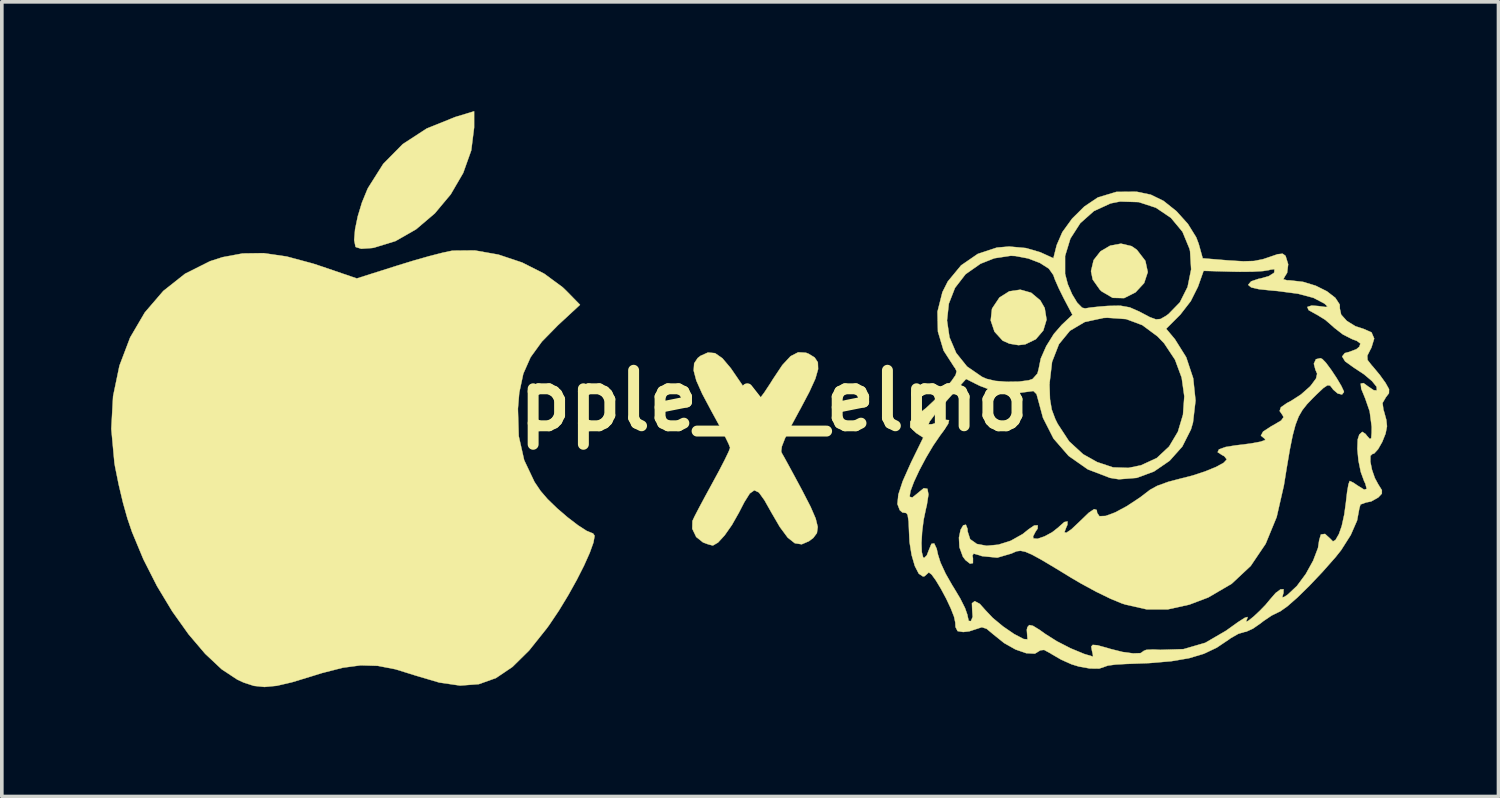
<source format=kicad_pcb>
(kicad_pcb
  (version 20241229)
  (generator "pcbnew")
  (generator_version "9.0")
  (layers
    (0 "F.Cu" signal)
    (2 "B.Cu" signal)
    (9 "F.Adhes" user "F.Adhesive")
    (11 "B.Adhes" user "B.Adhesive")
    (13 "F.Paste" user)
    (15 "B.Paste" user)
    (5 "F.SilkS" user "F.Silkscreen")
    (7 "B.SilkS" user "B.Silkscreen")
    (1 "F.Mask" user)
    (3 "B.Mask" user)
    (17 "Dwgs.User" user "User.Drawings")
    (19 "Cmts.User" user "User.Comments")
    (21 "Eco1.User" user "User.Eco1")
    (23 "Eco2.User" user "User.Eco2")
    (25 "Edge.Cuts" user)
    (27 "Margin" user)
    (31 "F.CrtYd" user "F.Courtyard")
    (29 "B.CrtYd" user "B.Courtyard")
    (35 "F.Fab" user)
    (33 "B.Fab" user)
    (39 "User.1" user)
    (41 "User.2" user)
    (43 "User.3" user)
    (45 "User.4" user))
  (footprint "apple_x_elmo"
    (layer "F.Cu")
    (at 17.499 7.948)
    (property "Reference" "apple_x_elmo" (at 0 0 0) (layer "F.SilkS") (effects (font (size 1.524 1.524) (thickness 0.3))))
    (attr through_hole)
    (fp_poly (pts (xy 10.511 -4.242) (xy 10.657 -4.141) (xy 10.89 -3.838) (xy 10.956 -3.529) (xy 10.857 -3.229) (xy 10.621 -2.974) (xy 10.306 -2.815) (xy 9.992 -2.823) (xy 9.691 -2.999) (xy 9.645 -3.041) (xy 9.445 -3.324) (xy 9.398 -3.556) (xy 9.47 -3.859) (xy 9.659 -4.099) (xy 9.924 -4.255) (xy 10.221 -4.31) (xy 10.511 -4.242)) (stroke (width 0.01) (type solid)) (fill yes) (layer "F.SilkS"))
    (fp_poly (pts (xy 7.755 -2.963) (xy 8.005 -2.754) (xy 8.127 -2.543) (xy 8.178 -2.224) (xy 8.088 -1.926) (xy 7.884 -1.687) (xy 7.593 -1.546) (xy 7.408 -1.524) (xy 7.158 -1.565) (xy 6.973 -1.648) (xy 6.749 -1.893) (xy 6.645 -2.202) (xy 6.679 -2.515) (xy 6.687 -2.536) (xy 6.885 -2.832) (xy 7.155 -3.002) (xy 7.458 -3.046) (xy 7.755 -2.963)) (stroke (width 0.01) (type solid)) (fill yes) (layer "F.SilkS"))
    (fp_poly (pts (xy -7.535 -7.498) (xy -7.614 -6.87) (xy -7.835 -6.25) (xy -8.176 -5.665) (xy -8.614 -5.141) (xy -9.128 -4.704) (xy -9.693 -4.381) (xy -10.289 -4.198) (xy -10.34 -4.19) (xy -10.633 -4.17) (xy -10.782 -4.216) (xy -10.791 -4.227) (xy -10.827 -4.408) (xy -10.803 -4.7) (xy -10.729 -5.058) (xy -10.614 -5.438) (xy -10.467 -5.796) (xy -10.448 -5.837) (xy -10.029 -6.5) (xy -9.493 -7.043) (xy -8.837 -7.47) (xy -8.056 -7.785) (xy -8.033 -7.792) (xy -7.535 -7.943) (xy -7.535 -7.498)) (stroke (width 0.01) (type solid)) (fill yes) (layer "F.SilkS"))
    (fp_poly (pts (xy 1.572 -1.316) (xy 1.649 -1.286) (xy 1.812 -1.186) (xy 1.9 -1.053) (xy 1.907 -0.866) (xy 1.832 -0.604) (xy 1.669 -0.246) (xy 1.417 0.231) (xy 1.395 0.269) (xy 1.155 0.715) (xy 0.997 1.037) (xy 0.912 1.256) (xy 0.894 1.389) (xy 0.908 1.434) (xy 0.979 1.558) (xy 1.11 1.797) (xy 1.283 2.116) (xy 1.475 2.474) (xy 1.701 2.913) (xy 1.84 3.234) (xy 1.897 3.466) (xy 1.874 3.634) (xy 1.776 3.766) (xy 1.656 3.857) (xy 1.457 3.942) (xy 1.268 3.913) (xy 1.073 3.759) (xy 0.856 3.466) (xy 0.638 3.092) (xy 0.434 2.731) (xy 0.282 2.52) (xy 0.156 2.459) (xy 0.031 2.548) (xy -0.118 2.785) (xy -0.267 3.074) (xy -0.459 3.412) (xy -0.658 3.696) (xy -0.84 3.894) (xy -0.978 3.974) (xy -0.991 3.974) (xy -1.115 3.941) (xy -1.251 3.891) (xy -1.439 3.741) (xy -1.547 3.515) (xy -1.542 3.302) (xy -1.486 3.181) (xy -1.364 2.946) (xy -1.196 2.632) (xy -1.003 2.278) (xy -0.811 1.924) (xy -0.654 1.62) (xy -0.548 1.399) (xy -0.508 1.294) (xy -0.508 1.294) (xy -0.547 1.19) (xy -0.654 0.97) (xy -0.813 0.667) (xy -1.007 0.312) (xy -1.016 0.296) (xy -1.273 -0.187) (xy -1.436 -0.553) (xy -1.508 -0.825) (xy -1.495 -1.024) (xy -1.399 -1.169) (xy -1.321 -1.23) (xy -1.116 -1.322) (xy -0.922 -1.304) (xy -0.72 -1.164) (xy -0.488 -0.889) (xy -0.296 -0.609) (xy -0.102 -0.324) (xy 0.065 -0.105) (xy 0.181 0.017) (xy 0.212 0.032) (xy 0.292 -0.04) (xy 0.431 -0.225) (xy 0.603 -0.486) (xy 0.666 -0.588) (xy 0.926 -0.978) (xy 1.151 -1.22) (xy 1.36 -1.328) (xy 1.572 -1.316)) (stroke (width 0.01) (type solid)) (fill yes) (layer "F.SilkS"))
    (fp_poly (pts (xy -6.867 -4.009) (xy -6.215 -3.791) (xy -5.612 -3.486) (xy -5.104 -3.112) (xy -5.002 -3.014) (xy -4.628 -2.632) (xy -5.231 -2.074) (xy -5.674 -1.622) (xy -5.985 -1.193) (xy -6.185 -0.741) (xy -6.296 -0.22) (xy -6.333 0.224) (xy -6.31 0.974) (xy -6.161 1.633) (xy -5.877 2.232) (xy -5.711 2.478) (xy -5.518 2.702) (xy -5.259 2.953) (xy -4.97 3.201) (xy -4.687 3.418) (xy -4.446 3.574) (xy -4.283 3.64) (xy -4.273 3.641) (xy -4.227 3.708) (xy -4.26 3.894) (xy -4.361 4.175) (xy -4.518 4.526) (xy -4.72 4.924) (xy -4.954 5.344) (xy -5.208 5.762) (xy -5.472 6.155) (xy -5.541 6.25) (xy -6.025 6.856) (xy -6.482 7.307) (xy -6.935 7.613) (xy -7.406 7.781) (xy -7.919 7.82) (xy -8.494 7.736) (xy -9.139 7.545) (xy -9.695 7.372) (xy -10.181 7.278) (xy -10.646 7.264) (xy -11.14 7.33) (xy -11.712 7.476) (xy -12 7.566) (xy -12.536 7.729) (xy -12.953 7.826) (xy -13.289 7.858) (xy -13.58 7.828) (xy -13.862 7.736) (xy -14.035 7.656) (xy -14.464 7.373) (xy -14.916 6.949) (xy -15.374 6.411) (xy -15.821 5.783) (xy -16.239 5.09) (xy -16.612 4.356) (xy -16.924 3.607) (xy -17.052 3.231) (xy -17.172 2.804) (xy -17.291 2.303) (xy -17.389 1.818) (xy -17.408 1.707) (xy -17.494 0.774) (xy -17.445 -0.121) (xy -17.27 -0.961) (xy -16.977 -1.733) (xy -16.574 -2.421) (xy -16.068 -3.01) (xy -15.469 -3.484) (xy -14.783 -3.828) (xy -14.442 -3.938) (xy -13.888 -4.041) (xy -13.311 -4.049) (xy -12.679 -3.957) (xy -11.958 -3.763) (xy -11.707 -3.68) (xy -10.756 -3.355) (xy -9.632 -3.711) (xy -9.185 -3.848) (xy -8.759 -3.969) (xy -8.399 -4.061) (xy -8.149 -4.114) (xy -8.119 -4.118) (xy -7.518 -4.124) (xy -6.867 -4.009)) (stroke (width 0.01) (type solid)) (fill yes) (layer "F.SilkS"))
    (fp_poly (pts (xy 15.749 -1.142) (xy 15.847 -1.04) (xy 15.989 -0.849) (xy 16.141 -0.62) (xy 16.268 -0.406) (xy 16.337 -0.259) (xy 16.341 -0.237) (xy 16.288 -0.169) (xy 16.171 -0.197) (xy 16.046 -0.303) (xy 16.023 -0.336) (xy 15.962 -0.414) (xy 15.89 -0.423) (xy 15.777 -0.348) (xy 15.59 -0.172) (xy 15.491 -0.074) (xy 15.328 0.096) (xy 15.2 0.258) (xy 15.097 0.437) (xy 15.011 0.661) (xy 14.933 0.954) (xy 14.855 1.343) (xy 14.768 1.855) (xy 14.692 2.328) (xy 14.494 3.194) (xy 14.192 3.928) (xy 13.781 4.537) (xy 13.258 5.026) (xy 12.617 5.401) (xy 12.097 5.598) (xy 11.499 5.73) (xy 10.935 5.73) (xy 10.341 5.596) (xy 10.245 5.565) (xy 9.939 5.439) (xy 9.55 5.25) (xy 9.133 5.024) (xy 8.848 4.857) (xy 8.378 4.57) (xy 8.028 4.362) (xy 7.775 4.224) (xy 7.595 4.147) (xy 7.464 4.12) (xy 7.357 4.133) (xy 7.253 4.177) (xy 7.225 4.192) (xy 6.825 4.309) (xy 6.406 4.267) (xy 6.323 4.239) (xy 6.176 4.198) (xy 6.143 4.252) (xy 6.158 4.324) (xy 6.157 4.459) (xy 6.077 4.474) (xy 5.952 4.376) (xy 5.881 4.282) (xy 5.787 4.024) (xy 5.773 3.76) (xy 5.818 3.546) (xy 5.89 3.421) (xy 5.963 3.405) (xy 6.008 3.517) (xy 6.011 3.588) (xy 6.08 3.802) (xy 6.264 3.933) (xy 6.533 3.983) (xy 6.854 3.953) (xy 7.196 3.845) (xy 7.527 3.658) (xy 7.683 3.532) (xy 7.841 3.425) (xy 7.936 3.423) (xy 7.932 3.513) (xy 7.874 3.598) (xy 7.807 3.727) (xy 7.817 3.781) (xy 7.931 3.791) (xy 8.122 3.725) (xy 8.333 3.611) (xy 8.505 3.476) (xy 8.516 3.464) (xy 8.665 3.332) (xy 8.753 3.314) (xy 8.75 3.408) (xy 8.721 3.471) (xy 8.669 3.609) (xy 8.719 3.627) (xy 8.861 3.53) (xy 9.083 3.321) (xy 9.102 3.302) (xy 9.337 3.076) (xy 9.483 2.978) (xy 9.555 3) (xy 9.567 3.081) (xy 9.629 3.171) (xy 9.8 3.164) (xy 10.057 3.069) (xy 10.379 2.897) (xy 10.743 2.657) (xy 11.016 2.448) (xy 11.213 2.339) (xy 11.511 2.23) (xy 11.821 2.148) (xy 12.18 2.057) (xy 12.528 1.943) (xy 12.826 1.821) (xy 13.037 1.707) (xy 13.123 1.615) (xy 13.123 1.61) (xy 13.056 1.524) (xy 12.996 1.493) (xy 12.874 1.414) (xy 12.91 1.337) (xy 13.094 1.271) (xy 13.356 1.229) (xy 13.774 1.177) (xy 14.053 1.126) (xy 14.183 1.079) (xy 14.161 1.041) (xy 14.061 0.96) (xy 14.122 0.848) (xy 14.347 0.702) (xy 14.403 0.672) (xy 14.616 0.546) (xy 14.683 0.453) (xy 14.657 0.4) (xy 14.576 0.283) (xy 14.61 0.182) (xy 14.777 0.065) (xy 14.891 0.005) (xy 15.162 -0.17) (xy 15.406 -0.386) (xy 15.439 -0.424) (xy 15.576 -0.61) (xy 15.605 -0.74) (xy 15.558 -0.849) (xy 15.515 -1.014) (xy 15.572 -1.138) (xy 15.695 -1.166) (xy 15.749 -1.142)) (stroke (width 0.01) (type solid)) (fill yes) (layer "F.SilkS"))
    (fp_poly (pts (xy 11.039 -5.654) (xy 11.388 -5.484) (xy 11.744 -5.2) (xy 12.058 -4.851) (xy 12.286 -4.483) (xy 12.354 -4.304) (xy 12.464 -3.908) (xy 13.178 -3.849) (xy 13.58 -3.825) (xy 13.873 -3.834) (xy 14.118 -3.883) (xy 14.279 -3.937) (xy 14.521 -4.02) (xy 14.657 -4.034) (xy 14.733 -3.98) (xy 14.74 -3.969) (xy 14.81 -3.743) (xy 14.781 -3.51) (xy 14.715 -3.404) (xy 14.678 -3.332) (xy 14.779 -3.304) (xy 14.863 -3.302) (xy 15.218 -3.261) (xy 15.566 -3.155) (xy 15.873 -3.002) (xy 16.104 -2.823) (xy 16.225 -2.638) (xy 16.228 -2.527) (xy 16.264 -2.362) (xy 16.421 -2.188) (xy 16.657 -2.043) (xy 16.875 -1.972) (xy 17.098 -1.875) (xy 17.171 -1.704) (xy 17.094 -1.454) (xy 17.071 -1.412) (xy 16.982 -1.235) (xy 16.989 -1.116) (xy 17.102 -0.971) (xy 17.131 -0.94) (xy 17.323 -0.709) (xy 17.484 -0.485) (xy 17.579 -0.314) (xy 17.576 -0.204) (xy 17.492 -0.094) (xy 17.4 0.064) (xy 17.426 0.255) (xy 17.439 0.29) (xy 17.504 0.528) (xy 17.522 0.704) (xy 17.483 0.905) (xy 17.392 1.132) (xy 17.278 1.332) (xy 17.169 1.451) (xy 17.124 1.462) (xy 17.068 1.515) (xy 17.066 1.676) (xy 17.11 1.895) (xy 17.189 2.124) (xy 17.282 2.296) (xy 17.382 2.456) (xy 17.381 2.552) (xy 17.284 2.656) (xy 17.088 2.766) (xy 16.948 2.794) (xy 16.795 2.849) (xy 16.764 2.953) (xy 16.701 3.29) (xy 16.527 3.688) (xy 16.264 4.102) (xy 16.109 4.297) (xy 15.745 4.708) (xy 15.388 5.085) (xy 15.061 5.405) (xy 14.787 5.645) (xy 14.589 5.785) (xy 14.542 5.806) (xy 14.357 5.897) (xy 14.128 6.052) (xy 14.057 6.108) (xy 13.843 6.257) (xy 13.656 6.342) (xy 13.606 6.35) (xy 13.442 6.399) (xy 13.229 6.521) (xy 13.177 6.559) (xy 12.848 6.78) (xy 12.495 6.947) (xy 12.088 7.069) (xy 11.599 7.152) (xy 10.997 7.203) (xy 10.358 7.227) (xy 10.073 7.243) (xy 9.859 7.272) (xy 9.772 7.303) (xy 9.622 7.354) (xy 9.367 7.351) (xy 9.064 7.297) (xy 8.865 7.236) (xy 8.582 7.11) (xy 8.321 6.959) (xy 8.3 6.944) (xy 8.111 6.841) (xy 8.005 6.852) (xy 8.002 6.856) (xy 7.857 6.944) (xy 7.62 6.931) (xy 7.327 6.83) (xy 7.013 6.653) (xy 6.719 6.417) (xy 6.534 6.262) (xy 6.402 6.218) (xy 6.28 6.258) (xy 6.056 6.331) (xy 5.89 6.35) (xy 5.736 6.325) (xy 5.679 6.214) (xy 5.673 6.09) (xy 5.639 5.931) (xy 5.549 5.701) (xy 5.424 5.435) (xy 5.281 5.168) (xy 5.141 4.935) (xy 5.023 4.772) (xy 4.945 4.713) (xy 4.929 4.729) (xy 4.828 4.819) (xy 4.786 4.826) (xy 4.67 4.748) (xy 4.562 4.538) (xy 4.474 4.236) (xy 4.417 3.88) (xy 4.403 3.592) (xy 4.392 3.319) (xy 4.365 3.137) (xy 4.328 3.084) (xy 4.22 3.068) (xy 4.149 3.006) (xy 4.084 2.836) (xy 4.105 2.631) (xy 4.419 2.631) (xy 4.421 2.638) (xy 4.493 2.658) (xy 4.633 2.546) (xy 4.641 2.538) (xy 4.807 2.403) (xy 4.907 2.418) (xy 4.936 2.575) (xy 4.891 2.867) (xy 4.867 2.965) (xy 4.803 3.271) (xy 4.762 3.599) (xy 4.744 3.908) (xy 4.753 4.155) (xy 4.789 4.298) (xy 4.817 4.318) (xy 4.891 4.246) (xy 4.945 4.106) (xy 5.017 3.93) (xy 5.093 3.918) (xy 5.162 4.064) (xy 5.195 4.217) (xy 5.266 4.443) (xy 5.407 4.748) (xy 5.591 5.071) (xy 5.627 5.127) (xy 5.806 5.426) (xy 5.94 5.693) (xy 6.006 5.881) (xy 6.01 5.91) (xy 6.041 6.044) (xy 6.101 6.051) (xy 6.15 5.934) (xy 6.137 5.749) (xy 6.13 5.56) (xy 6.207 5.503) (xy 6.346 5.578) (xy 6.502 5.753) (xy 6.702 5.964) (xy 6.985 6.198) (xy 7.288 6.406) (xy 7.545 6.54) (xy 7.552 6.543) (xy 7.656 6.551) (xy 7.649 6.473) (xy 7.636 6.288) (xy 7.653 6.216) (xy 7.704 6.159) (xy 7.805 6.18) (xy 7.988 6.292) (xy 8.143 6.403) (xy 8.461 6.604) (xy 8.841 6.799) (xy 9.213 6.953) (xy 9.454 7.025) (xy 9.446 6.958) (xy 9.423 6.858) (xy 9.405 6.75) (xy 9.445 6.703) (xy 9.575 6.714) (xy 9.824 6.782) (xy 9.941 6.817) (xy 10.27 6.899) (xy 10.555 6.937) (xy 10.757 6.93) (xy 10.837 6.876) (xy 10.837 6.872) (xy 10.913 6.84) (xy 11.109 6.83) (xy 11.297 6.84) (xy 11.937 6.82) (xy 12.535 6.646) (xy 13.113 6.309) (xy 13.127 6.298) (xy 13.431 6.08) (xy 13.617 5.961) (xy 13.696 5.937) (xy 13.68 6) (xy 13.667 6.023) (xy 13.655 6.074) (xy 13.731 6.031) (xy 13.866 5.922) (xy 14.027 5.771) (xy 14.186 5.608) (xy 14.309 5.46) (xy 14.467 5.278) (xy 14.601 5.179) (xy 14.683 5.176) (xy 14.681 5.281) (xy 14.672 5.307) (xy 14.647 5.4) (xy 14.707 5.384) (xy 14.799 5.322) (xy 15.05 5.086) (xy 15.293 4.758) (xy 15.496 4.391) (xy 15.629 4.042) (xy 15.661 3.831) (xy 15.708 3.673) (xy 15.821 3.657) (xy 15.961 3.784) (xy 16.039 3.863) (xy 16.108 3.825) (xy 16.202 3.663) (xy 16.28 3.443) (xy 16.35 3.124) (xy 16.394 2.801) (xy 16.428 2.507) (xy 16.465 2.295) (xy 16.498 2.205) (xy 16.501 2.204) (xy 16.601 2.252) (xy 16.717 2.331) (xy 16.895 2.441) (xy 16.966 2.422) (xy 16.927 2.274) (xy 16.895 2.209) (xy 16.803 1.957) (xy 16.739 1.643) (xy 16.709 1.326) (xy 16.719 1.064) (xy 16.762 0.931) (xy 16.844 0.855) (xy 16.931 0.911) (xy 16.977 0.969) (xy 17.052 1.052) (xy 17.089 1.031) (xy 17.101 0.88) (xy 17.103 0.72) (xy 17.047 0.292) (xy 16.924 -0.062) (xy 16.816 -0.326) (xy 16.801 -0.469) (xy 16.878 -0.483) (xy 17.018 -0.381) (xy 17.16 -0.286) (xy 17.244 -0.282) (xy 17.237 -0.382) (xy 17.111 -0.538) (xy 16.891 -0.724) (xy 16.612 -0.908) (xy 16.374 -1.078) (xy 16.291 -1.213) (xy 16.365 -1.306) (xy 16.489 -1.339) (xy 16.681 -1.412) (xy 16.762 -1.479) (xy 16.793 -1.567) (xy 16.696 -1.641) (xy 16.57 -1.687) (xy 16.315 -1.816) (xy 16.072 -2.004) (xy 16.048 -2.028) (xy 15.828 -2.219) (xy 15.596 -2.362) (xy 15.569 -2.375) (xy 15.371 -2.486) (xy 15.335 -2.572) (xy 15.455 -2.611) (xy 15.642 -2.597) (xy 15.839 -2.571) (xy 15.89 -2.586) (xy 15.819 -2.653) (xy 15.794 -2.672) (xy 15.504 -2.823) (xy 15.084 -2.935) (xy 14.518 -3.01) (xy 14.372 -3.022) (xy 14.008 -3.06) (xy 13.796 -3.109) (xy 13.717 -3.174) (xy 13.716 -3.186) (xy 13.793 -3.275) (xy 13.997 -3.344) (xy 14.049 -3.353) (xy 14.273 -3.416) (xy 14.415 -3.504) (xy 14.43 -3.529) (xy 14.432 -3.61) (xy 14.319 -3.596) (xy 14.287 -3.585) (xy 14.121 -3.558) (xy 13.835 -3.541) (xy 13.478 -3.538) (xy 13.293 -3.541) (xy 12.488 -3.564) (xy 12.334 -3.128) (xy 12.135 -2.731) (xy 11.849 -2.362) (xy 11.82 -2.333) (xy 11.461 -1.974) (xy 11.701 -1.687) (xy 12.011 -1.192) (xy 12.203 -0.615) (xy 12.267 -0.003) (xy 12.197 0.598) (xy 12.141 0.79) (xy 11.904 1.259) (xy 11.555 1.65) (xy 11.128 1.943) (xy 10.653 2.119) (xy 10.165 2.158) (xy 9.92 2.119) (xy 9.309 1.885) (xy 8.785 1.518) (xy 8.369 1.04) (xy 8.08 0.471) (xy 7.968 0.056) (xy 7.903 -0.181) (xy 7.817 -0.265) (xy 7.783 -0.261) (xy 7.425 -0.213) (xy 6.998 -0.234) (xy 6.586 -0.316) (xy 6.35 -0.406) (xy 6.314 -0.423) (xy 8.259 -0.423) (xy 8.272 -0.041) (xy 8.32 0.244) (xy 8.418 0.506) (xy 8.482 0.635) (xy 8.798 1.118) (xy 9.183 1.471) (xy 9.567 1.686) (xy 10.002 1.831) (xy 10.423 1.845) (xy 10.771 1.774) (xy 11.204 1.574) (xy 11.542 1.258) (xy 11.783 0.853) (xy 11.923 0.385) (xy 11.959 -0.119) (xy 11.887 -0.631) (xy 11.704 -1.125) (xy 11.406 -1.574) (xy 11.223 -1.765) (xy 10.806 -2.074) (xy 10.363 -2.239) (xy 9.846 -2.276) (xy 9.736 -2.27) (xy 9.227 -2.16) (xy 8.819 -1.919) (xy 8.518 -1.551) (xy 8.329 -1.066) (xy 8.259 -0.47) (xy 8.259 -0.423) (xy 6.314 -0.423) (xy 5.969 -0.596) (xy 5.715 -0.314) (xy 5.351 0.097) (xy 5.103 0.392) (xy 4.967 0.574) (xy 4.938 0.649) (xy 5.032 0.646) (xy 5.201 0.595) (xy 5.411 0.526) (xy 5.502 0.535) (xy 5.477 0.636) (xy 5.338 0.845) (xy 5.257 0.954) (xy 5.064 1.236) (xy 4.868 1.567) (xy 4.686 1.91) (xy 4.538 2.227) (xy 4.443 2.48) (xy 4.419 2.631) (xy 4.105 2.631) (xy 4.11 2.576) (xy 4.229 2.212) (xy 4.444 1.728) (xy 4.471 1.671) (xy 4.793 1.014) (xy 4.598 0.886) (xy 4.434 0.729) (xy 4.435 0.571) (xy 4.601 0.402) (xy 4.678 0.352) (xy 4.873 0.2) (xy 5.121 -0.033) (xy 5.364 -0.295) (xy 5.572 -0.544) (xy 5.682 -0.703) (xy 5.708 -0.808) (xy 5.667 -0.894) (xy 5.649 -0.915) (xy 5.352 -1.375) (xy 5.196 -1.897) (xy 5.189 -2.201) (xy 5.445 -2.201) (xy 5.513 -1.741) (xy 5.697 -1.31) (xy 5.995 -0.938) (xy 6.407 -0.654) (xy 6.532 -0.599) (xy 6.77 -0.543) (xy 7.088 -0.518) (xy 7.416 -0.523) (xy 7.687 -0.559) (xy 7.795 -0.596) (xy 7.928 -0.745) (xy 7.961 -0.871) (xy 8.019 -1.156) (xy 8.169 -1.496) (xy 8.378 -1.831) (xy 8.594 -2.08) (xy 8.888 -2.357) (xy 8.65 -2.809) (xy 8.512 -3.088) (xy 8.405 -3.332) (xy 8.363 -3.452) (xy 8.241 -3.624) (xy 7.996 -3.781) (xy 7.675 -3.904) (xy 7.323 -3.971) (xy 7.192 -3.977) (xy 6.744 -3.909) (xy 6.365 -3.759) (xy 5.954 -3.471) (xy 5.664 -3.095) (xy 5.495 -2.662) (xy 5.445 -2.201) (xy 5.189 -2.201) (xy 5.184 -2.443) (xy 5.319 -2.978) (xy 5.467 -3.272) (xy 5.832 -3.714) (xy 6.29 -4.029) (xy 6.814 -4.202) (xy 7.151 -4.231) (xy 7.612 -4.189) (xy 8.003 -4.075) (xy 8.014 -4.07) (xy 8.366 -3.91) (xy 8.381 -3.972) (xy 8.686 -3.972) (xy 8.686 -3.483) (xy 8.76 -3.198) (xy 8.879 -2.921) (xy 9.018 -2.691) (xy 9.154 -2.552) (xy 9.236 -2.532) (xy 9.381 -2.556) (xy 9.634 -2.583) (xy 9.864 -2.601) (xy 10.202 -2.607) (xy 10.46 -2.561) (xy 10.725 -2.445) (xy 10.753 -2.43) (xy 11.014 -2.292) (xy 11.181 -2.231) (xy 11.306 -2.242) (xy 11.445 -2.321) (xy 11.525 -2.378) (xy 11.837 -2.698) (xy 12.049 -3.121) (xy 12.147 -3.604) (xy 12.117 -4.103) (xy 12.103 -4.166) (xy 11.909 -4.636) (xy 11.592 -5.018) (xy 11.18 -5.296) (xy 10.706 -5.451) (xy 10.198 -5.467) (xy 9.935 -5.415) (xy 9.478 -5.205) (xy 9.103 -4.872) (xy 8.832 -4.45) (xy 8.686 -3.972) (xy 8.381 -3.972) (xy 8.456 -4.269) (xy 8.611 -4.626) (xy 8.879 -4.996) (xy 9.214 -5.328) (xy 9.574 -5.57) (xy 9.595 -5.581) (xy 10.094 -5.731) (xy 10.647 -5.736) (xy 11.039 -5.654)) (stroke (width 0.01) (type solid)) (fill yes) (layer "F.SilkS")))
  (gr_rect
    (start -3 -3)
    (end 38.082 18.812)
    (stroke (width 0.1) (type default))
    (fill no)
    (layer "Edge.Cuts")))
</source>
